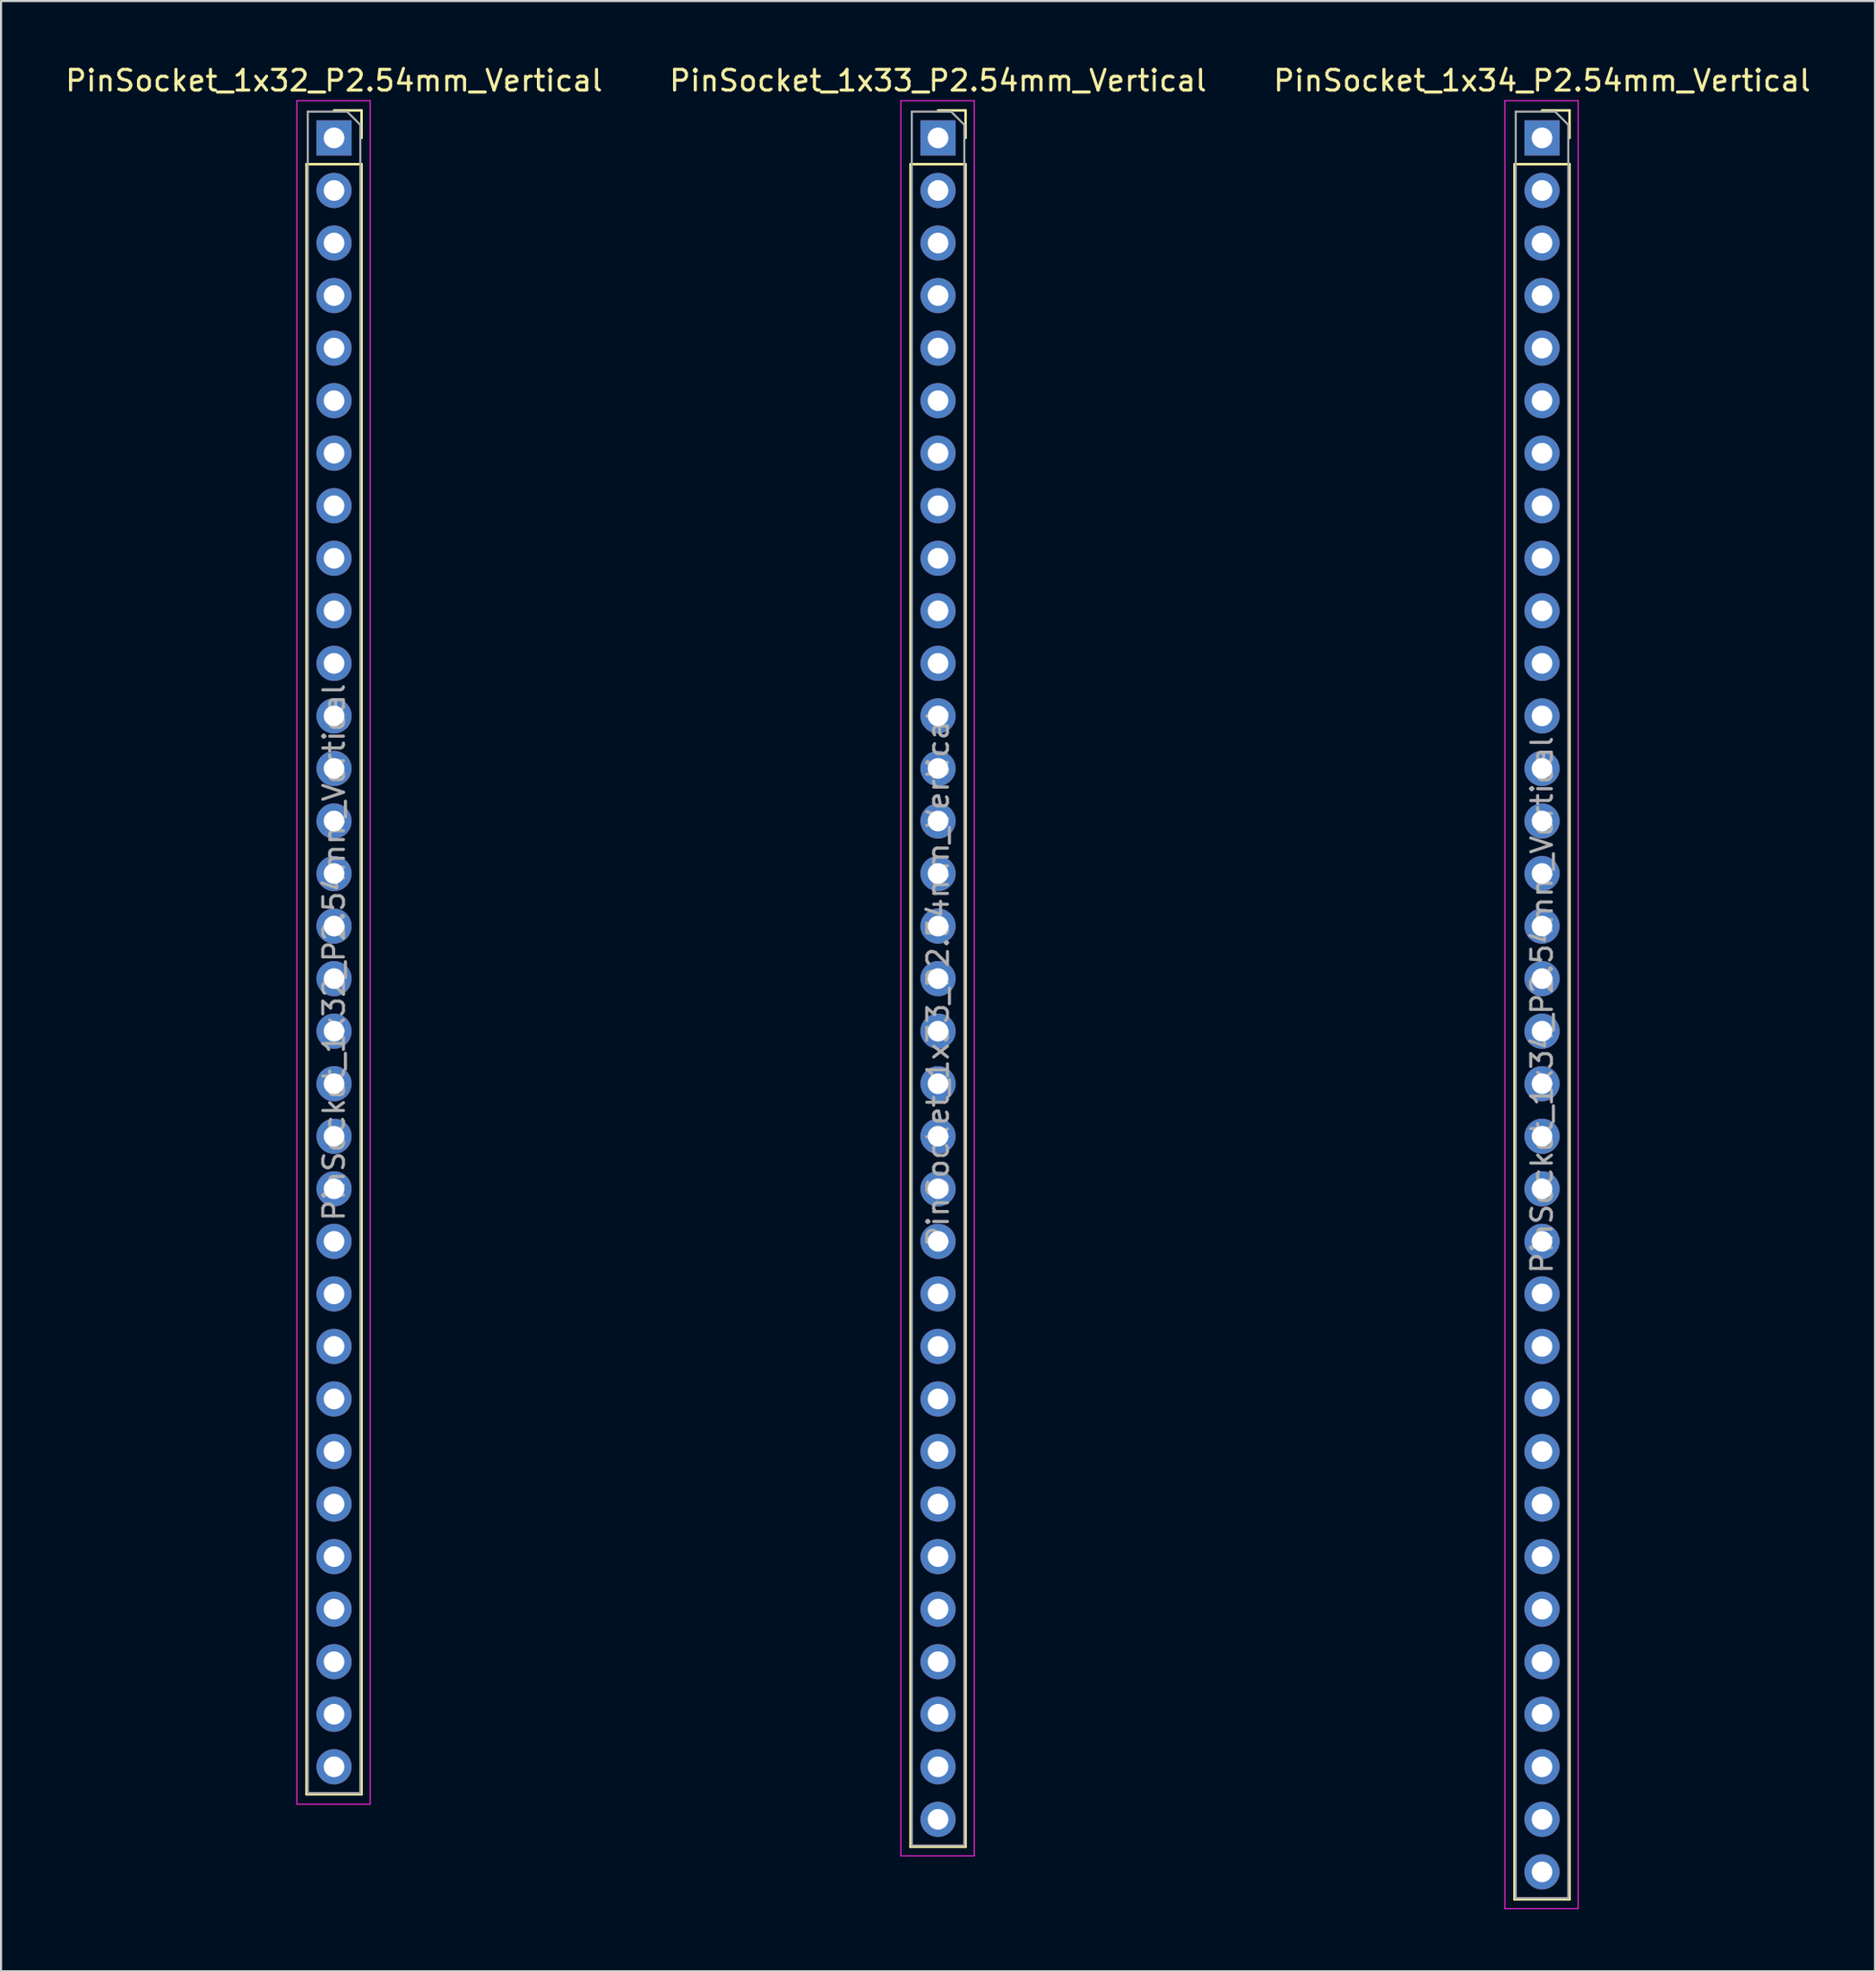
<source format=kicad_pcb>
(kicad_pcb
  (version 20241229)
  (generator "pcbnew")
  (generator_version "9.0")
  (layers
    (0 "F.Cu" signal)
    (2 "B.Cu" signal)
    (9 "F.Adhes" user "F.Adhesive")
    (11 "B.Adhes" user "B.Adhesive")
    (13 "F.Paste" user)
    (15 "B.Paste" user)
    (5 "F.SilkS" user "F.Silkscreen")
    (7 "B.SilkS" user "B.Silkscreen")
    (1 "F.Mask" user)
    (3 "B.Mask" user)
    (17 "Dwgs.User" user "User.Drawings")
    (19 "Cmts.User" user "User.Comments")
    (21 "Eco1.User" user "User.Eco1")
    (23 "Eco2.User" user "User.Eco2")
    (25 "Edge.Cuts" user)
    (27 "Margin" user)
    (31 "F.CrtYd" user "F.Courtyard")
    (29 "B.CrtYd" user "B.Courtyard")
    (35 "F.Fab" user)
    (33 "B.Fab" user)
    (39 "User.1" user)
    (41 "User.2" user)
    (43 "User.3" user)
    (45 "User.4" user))
  (footprint "PinSocket_1x34_P2.54mm_Vertical"
    (layer "F.Cu")
    (at 71.506 3.618)
    (property "Reference" "PinSocket_1x34_P2.54mm_Vertical" (at 0 -2.77 0) (layer "F.SilkS") (effects (font (size 1 1) (thickness 0.15))))
    (attr through_hole)
    (fp_line (start -1.33 1.27) (end -1.33 85.15) (stroke (width 0.12) (type solid)) (layer "F.SilkS"))
    (fp_line (start -1.33 1.27) (end 1.33 1.27) (stroke (width 0.12) (type solid)) (layer "F.SilkS"))
    (fp_line (start -1.33 85.15) (end 1.33 85.15) (stroke (width 0.12) (type solid)) (layer "F.SilkS"))
    (fp_line (start 0 -1.33) (end 1.33 -1.33) (stroke (width 0.12) (type solid)) (layer "F.SilkS"))
    (fp_line (start 1.33 -1.33) (end 1.33 0) (stroke (width 0.12) (type solid)) (layer "F.SilkS"))
    (fp_line (start 1.33 1.27) (end 1.33 85.15) (stroke (width 0.12) (type solid)) (layer "F.SilkS"))
    (fp_line (start -1.8 -1.8) (end 1.75 -1.8) (stroke (width 0.05) (type solid)) (layer "F.CrtYd"))
    (fp_line (start -1.8 85.6) (end -1.8 -1.8) (stroke (width 0.05) (type solid)) (layer "F.CrtYd"))
    (fp_line (start 1.75 -1.8) (end 1.75 85.6) (stroke (width 0.05) (type solid)) (layer "F.CrtYd"))
    (fp_line (start 1.75 85.6) (end -1.8 85.6) (stroke (width 0.05) (type solid)) (layer "F.CrtYd"))
    (fp_line (start -1.27 -1.27) (end 0.635 -1.27) (stroke (width 0.1) (type solid)) (layer "F.Fab"))
    (fp_line (start -1.27 85.09) (end -1.27 -1.27) (stroke (width 0.1) (type solid)) (layer "F.Fab"))
    (fp_line (start 0.635 -1.27) (end 1.27 -0.635) (stroke (width 0.1) (type solid)) (layer "F.Fab"))
    (fp_line (start 1.27 -0.635) (end 1.27 85.09) (stroke (width 0.1) (type solid)) (layer "F.Fab"))
    (fp_line (start 1.27 85.09) (end -1.27 85.09) (stroke (width 0.1) (type solid)) (layer "F.Fab"))
    (fp_text user "${REFERENCE}" (at 0 41.91 90) (layer "F.Fab") (effects (font (size 1 1) (thickness 0.15))))
    (pad "1" thru_hole rect (at 0 0) (size 1.7 1.7) (drill 1) (layers "*.Cu" "*.Mask"))
    (pad "2" thru_hole oval (at 0 2.54) (size 1.7 1.7) (drill 1) (layers "*.Cu" "*.Mask"))
    (pad "3" thru_hole oval (at 0 5.08) (size 1.7 1.7) (drill 1) (layers "*.Cu" "*.Mask"))
    (pad "4" thru_hole oval (at 0 7.62) (size 1.7 1.7) (drill 1) (layers "*.Cu" "*.Mask"))
    (pad "5" thru_hole oval (at 0 10.16) (size 1.7 1.7) (drill 1) (layers "*.Cu" "*.Mask"))
    (pad "6" thru_hole oval (at 0 12.7) (size 1.7 1.7) (drill 1) (layers "*.Cu" "*.Mask"))
    (pad "7" thru_hole oval (at 0 15.24) (size 1.7 1.7) (drill 1) (layers "*.Cu" "*.Mask"))
    (pad "8" thru_hole oval (at 0 17.78) (size 1.7 1.7) (drill 1) (layers "*.Cu" "*.Mask"))
    (pad "9" thru_hole oval (at 0 20.32) (size 1.7 1.7) (drill 1) (layers "*.Cu" "*.Mask"))
    (pad "10" thru_hole oval (at 0 22.86) (size 1.7 1.7) (drill 1) (layers "*.Cu" "*.Mask"))
    (pad "11" thru_hole oval (at 0 25.4) (size 1.7 1.7) (drill 1) (layers "*.Cu" "*.Mask"))
    (pad "12" thru_hole oval (at 0 27.94) (size 1.7 1.7) (drill 1) (layers "*.Cu" "*.Mask"))
    (pad "13" thru_hole oval (at 0 30.48) (size 1.7 1.7) (drill 1) (layers "*.Cu" "*.Mask"))
    (pad "14" thru_hole oval (at 0 33.02) (size 1.7 1.7) (drill 1) (layers "*.Cu" "*.Mask"))
    (pad "15" thru_hole oval (at 0 35.56) (size 1.7 1.7) (drill 1) (layers "*.Cu" "*.Mask"))
    (pad "16" thru_hole oval (at 0 38.1) (size 1.7 1.7) (drill 1) (layers "*.Cu" "*.Mask"))
    (pad "17" thru_hole oval (at 0 40.64) (size 1.7 1.7) (drill 1) (layers "*.Cu" "*.Mask"))
    (pad "18" thru_hole oval (at 0 43.18) (size 1.7 1.7) (drill 1) (layers "*.Cu" "*.Mask"))
    (pad "19" thru_hole oval (at 0 45.72) (size 1.7 1.7) (drill 1) (layers "*.Cu" "*.Mask"))
    (pad "20" thru_hole oval (at 0 48.26) (size 1.7 1.7) (drill 1) (layers "*.Cu" "*.Mask"))
    (pad "21" thru_hole oval (at 0 50.8) (size 1.7 1.7) (drill 1) (layers "*.Cu" "*.Mask"))
    (pad "22" thru_hole oval (at 0 53.34) (size 1.7 1.7) (drill 1) (layers "*.Cu" "*.Mask"))
    (pad "23" thru_hole oval (at 0 55.88) (size 1.7 1.7) (drill 1) (layers "*.Cu" "*.Mask"))
    (pad "24" thru_hole oval (at 0 58.42) (size 1.7 1.7) (drill 1) (layers "*.Cu" "*.Mask"))
    (pad "25" thru_hole oval (at 0 60.96) (size 1.7 1.7) (drill 1) (layers "*.Cu" "*.Mask"))
    (pad "26" thru_hole oval (at 0 63.5) (size 1.7 1.7) (drill 1) (layers "*.Cu" "*.Mask"))
    (pad "27" thru_hole oval (at 0 66.04) (size 1.7 1.7) (drill 1) (layers "*.Cu" "*.Mask"))
    (pad "28" thru_hole oval (at 0 68.58) (size 1.7 1.7) (drill 1) (layers "*.Cu" "*.Mask"))
    (pad "29" thru_hole oval (at 0 71.12) (size 1.7 1.7) (drill 1) (layers "*.Cu" "*.Mask"))
    (pad "30" thru_hole oval (at 0 73.66) (size 1.7 1.7) (drill 1) (layers "*.Cu" "*.Mask"))
    (pad "31" thru_hole oval (at 0 76.2) (size 1.7 1.7) (drill 1) (layers "*.Cu" "*.Mask"))
    (pad "32" thru_hole oval (at 0 78.74) (size 1.7 1.7) (drill 1) (layers "*.Cu" "*.Mask"))
    (pad "33" thru_hole oval (at 0 81.28) (size 1.7 1.7) (drill 1) (layers "*.Cu" "*.Mask"))
    (pad "34" thru_hole oval (at 0 83.82) (size 1.7 1.7) (drill 1) (layers "*.Cu" "*.Mask")))
  (footprint "PinSocket_1x33_P2.54mm_Vertical"
    (layer "F.Cu")
    (at 42.304 3.618)
    (property "Reference" "PinSocket_1x33_P2.54mm_Vertical" (at 0 -2.77 0) (layer "F.SilkS") (effects (font (size 1 1) (thickness 0.15))))
    (attr through_hole)
    (fp_line (start -1.33 1.27) (end -1.33 82.61) (stroke (width 0.12) (type solid)) (layer "F.SilkS"))
    (fp_line (start -1.33 1.27) (end 1.33 1.27) (stroke (width 0.12) (type solid)) (layer "F.SilkS"))
    (fp_line (start -1.33 82.61) (end 1.33 82.61) (stroke (width 0.12) (type solid)) (layer "F.SilkS"))
    (fp_line (start 0 -1.33) (end 1.33 -1.33) (stroke (width 0.12) (type solid)) (layer "F.SilkS"))
    (fp_line (start 1.33 -1.33) (end 1.33 0) (stroke (width 0.12) (type solid)) (layer "F.SilkS"))
    (fp_line (start 1.33 1.27) (end 1.33 82.61) (stroke (width 0.12) (type solid)) (layer "F.SilkS"))
    (fp_line (start -1.8 -1.8) (end 1.75 -1.8) (stroke (width 0.05) (type solid)) (layer "F.CrtYd"))
    (fp_line (start -1.8 83.05) (end -1.8 -1.8) (stroke (width 0.05) (type solid)) (layer "F.CrtYd"))
    (fp_line (start 1.75 -1.8) (end 1.75 83.05) (stroke (width 0.05) (type solid)) (layer "F.CrtYd"))
    (fp_line (start 1.75 83.05) (end -1.8 83.05) (stroke (width 0.05) (type solid)) (layer "F.CrtYd"))
    (fp_line (start -1.27 -1.27) (end 0.635 -1.27) (stroke (width 0.1) (type solid)) (layer "F.Fab"))
    (fp_line (start -1.27 82.55) (end -1.27 -1.27) (stroke (width 0.1) (type solid)) (layer "F.Fab"))
    (fp_line (start 0.635 -1.27) (end 1.27 -0.635) (stroke (width 0.1) (type solid)) (layer "F.Fab"))
    (fp_line (start 1.27 -0.635) (end 1.27 82.55) (stroke (width 0.1) (type solid)) (layer "F.Fab"))
    (fp_line (start 1.27 82.55) (end -1.27 82.55) (stroke (width 0.1) (type solid)) (layer "F.Fab"))
    (fp_text user "${REFERENCE}" (at 0 40.64 90) (layer "F.Fab") (effects (font (size 1 1) (thickness 0.15))))
    (pad "1" thru_hole rect (at 0 0) (size 1.7 1.7) (drill 1) (layers "*.Cu" "*.Mask"))
    (pad "2" thru_hole oval (at 0 2.54) (size 1.7 1.7) (drill 1) (layers "*.Cu" "*.Mask"))
    (pad "3" thru_hole oval (at 0 5.08) (size 1.7 1.7) (drill 1) (layers "*.Cu" "*.Mask"))
    (pad "4" thru_hole oval (at 0 7.62) (size 1.7 1.7) (drill 1) (layers "*.Cu" "*.Mask"))
    (pad "5" thru_hole oval (at 0 10.16) (size 1.7 1.7) (drill 1) (layers "*.Cu" "*.Mask"))
    (pad "6" thru_hole oval (at 0 12.7) (size 1.7 1.7) (drill 1) (layers "*.Cu" "*.Mask"))
    (pad "7" thru_hole oval (at 0 15.24) (size 1.7 1.7) (drill 1) (layers "*.Cu" "*.Mask"))
    (pad "8" thru_hole oval (at 0 17.78) (size 1.7 1.7) (drill 1) (layers "*.Cu" "*.Mask"))
    (pad "9" thru_hole oval (at 0 20.32) (size 1.7 1.7) (drill 1) (layers "*.Cu" "*.Mask"))
    (pad "10" thru_hole oval (at 0 22.86) (size 1.7 1.7) (drill 1) (layers "*.Cu" "*.Mask"))
    (pad "11" thru_hole oval (at 0 25.4) (size 1.7 1.7) (drill 1) (layers "*.Cu" "*.Mask"))
    (pad "12" thru_hole oval (at 0 27.94) (size 1.7 1.7) (drill 1) (layers "*.Cu" "*.Mask"))
    (pad "13" thru_hole oval (at 0 30.48) (size 1.7 1.7) (drill 1) (layers "*.Cu" "*.Mask"))
    (pad "14" thru_hole oval (at 0 33.02) (size 1.7 1.7) (drill 1) (layers "*.Cu" "*.Mask"))
    (pad "15" thru_hole oval (at 0 35.56) (size 1.7 1.7) (drill 1) (layers "*.Cu" "*.Mask"))
    (pad "16" thru_hole oval (at 0 38.1) (size 1.7 1.7) (drill 1) (layers "*.Cu" "*.Mask"))
    (pad "17" thru_hole oval (at 0 40.64) (size 1.7 1.7) (drill 1) (layers "*.Cu" "*.Mask"))
    (pad "18" thru_hole oval (at 0 43.18) (size 1.7 1.7) (drill 1) (layers "*.Cu" "*.Mask"))
    (pad "19" thru_hole oval (at 0 45.72) (size 1.7 1.7) (drill 1) (layers "*.Cu" "*.Mask"))
    (pad "20" thru_hole oval (at 0 48.26) (size 1.7 1.7) (drill 1) (layers "*.Cu" "*.Mask"))
    (pad "21" thru_hole oval (at 0 50.8) (size 1.7 1.7) (drill 1) (layers "*.Cu" "*.Mask"))
    (pad "22" thru_hole oval (at 0 53.34) (size 1.7 1.7) (drill 1) (layers "*.Cu" "*.Mask"))
    (pad "23" thru_hole oval (at 0 55.88) (size 1.7 1.7) (drill 1) (layers "*.Cu" "*.Mask"))
    (pad "24" thru_hole oval (at 0 58.42) (size 1.7 1.7) (drill 1) (layers "*.Cu" "*.Mask"))
    (pad "25" thru_hole oval (at 0 60.96) (size 1.7 1.7) (drill 1) (layers "*.Cu" "*.Mask"))
    (pad "26" thru_hole oval (at 0 63.5) (size 1.7 1.7) (drill 1) (layers "*.Cu" "*.Mask"))
    (pad "27" thru_hole oval (at 0 66.04) (size 1.7 1.7) (drill 1) (layers "*.Cu" "*.Mask"))
    (pad "28" thru_hole oval (at 0 68.58) (size 1.7 1.7) (drill 1) (layers "*.Cu" "*.Mask"))
    (pad "29" thru_hole oval (at 0 71.12) (size 1.7 1.7) (drill 1) (layers "*.Cu" "*.Mask"))
    (pad "30" thru_hole oval (at 0 73.66) (size 1.7 1.7) (drill 1) (layers "*.Cu" "*.Mask"))
    (pad "31" thru_hole oval (at 0 76.2) (size 1.7 1.7) (drill 1) (layers "*.Cu" "*.Mask"))
    (pad "32" thru_hole oval (at 0 78.74) (size 1.7 1.7) (drill 1) (layers "*.Cu" "*.Mask"))
    (pad "33" thru_hole oval (at 0 81.28) (size 1.7 1.7) (drill 1) (layers "*.Cu" "*.Mask")))
  (footprint "PinSocket_1x32_P2.54mm_Vertical"
    (layer "F.Cu")
    (at 13.101 3.618)
    (property "Reference" "PinSocket_1x32_P2.54mm_Vertical" (at 0 -2.77 0) (layer "F.SilkS") (effects (font (size 1 1) (thickness 0.15))))
    (attr through_hole)
    (fp_line (start -1.33 1.27) (end -1.33 80.07) (stroke (width 0.12) (type solid)) (layer "F.SilkS"))
    (fp_line (start -1.33 1.27) (end 1.33 1.27) (stroke (width 0.12) (type solid)) (layer "F.SilkS"))
    (fp_line (start -1.33 80.07) (end 1.33 80.07) (stroke (width 0.12) (type solid)) (layer "F.SilkS"))
    (fp_line (start 0 -1.33) (end 1.33 -1.33) (stroke (width 0.12) (type solid)) (layer "F.SilkS"))
    (fp_line (start 1.33 -1.33) (end 1.33 0) (stroke (width 0.12) (type solid)) (layer "F.SilkS"))
    (fp_line (start 1.33 1.27) (end 1.33 80.07) (stroke (width 0.12) (type solid)) (layer "F.SilkS"))
    (fp_line (start -1.8 -1.8) (end 1.75 -1.8) (stroke (width 0.05) (type solid)) (layer "F.CrtYd"))
    (fp_line (start -1.8 80.55) (end -1.8 -1.8) (stroke (width 0.05) (type solid)) (layer "F.CrtYd"))
    (fp_line (start 1.75 -1.8) (end 1.75 80.55) (stroke (width 0.05) (type solid)) (layer "F.CrtYd"))
    (fp_line (start 1.75 80.55) (end -1.8 80.55) (stroke (width 0.05) (type solid)) (layer "F.CrtYd"))
    (fp_line (start -1.27 -1.27) (end 0.635 -1.27) (stroke (width 0.1) (type solid)) (layer "F.Fab"))
    (fp_line (start -1.27 80.01) (end -1.27 -1.27) (stroke (width 0.1) (type solid)) (layer "F.Fab"))
    (fp_line (start 0.635 -1.27) (end 1.27 -0.635) (stroke (width 0.1) (type solid)) (layer "F.Fab"))
    (fp_line (start 1.27 -0.635) (end 1.27 80.01) (stroke (width 0.1) (type solid)) (layer "F.Fab"))
    (fp_line (start 1.27 80.01) (end -1.27 80.01) (stroke (width 0.1) (type solid)) (layer "F.Fab"))
    (fp_text user "${REFERENCE}" (at 0 39.37 90) (layer "F.Fab") (effects (font (size 1 1) (thickness 0.15))))
    (pad "1" thru_hole rect (at 0 0) (size 1.7 1.7) (drill 1) (layers "*.Cu" "*.Mask"))
    (pad "2" thru_hole oval (at 0 2.54) (size 1.7 1.7) (drill 1) (layers "*.Cu" "*.Mask"))
    (pad "3" thru_hole oval (at 0 5.08) (size 1.7 1.7) (drill 1) (layers "*.Cu" "*.Mask"))
    (pad "4" thru_hole oval (at 0 7.62) (size 1.7 1.7) (drill 1) (layers "*.Cu" "*.Mask"))
    (pad "5" thru_hole oval (at 0 10.16) (size 1.7 1.7) (drill 1) (layers "*.Cu" "*.Mask"))
    (pad "6" thru_hole oval (at 0 12.7) (size 1.7 1.7) (drill 1) (layers "*.Cu" "*.Mask"))
    (pad "7" thru_hole oval (at 0 15.24) (size 1.7 1.7) (drill 1) (layers "*.Cu" "*.Mask"))
    (pad "8" thru_hole oval (at 0 17.78) (size 1.7 1.7) (drill 1) (layers "*.Cu" "*.Mask"))
    (pad "9" thru_hole oval (at 0 20.32) (size 1.7 1.7) (drill 1) (layers "*.Cu" "*.Mask"))
    (pad "10" thru_hole oval (at 0 22.86) (size 1.7 1.7) (drill 1) (layers "*.Cu" "*.Mask"))
    (pad "11" thru_hole oval (at 0 25.4) (size 1.7 1.7) (drill 1) (layers "*.Cu" "*.Mask"))
    (pad "12" thru_hole oval (at 0 27.94) (size 1.7 1.7) (drill 1) (layers "*.Cu" "*.Mask"))
    (pad "13" thru_hole oval (at 0 30.48) (size 1.7 1.7) (drill 1) (layers "*.Cu" "*.Mask"))
    (pad "14" thru_hole oval (at 0 33.02) (size 1.7 1.7) (drill 1) (layers "*.Cu" "*.Mask"))
    (pad "15" thru_hole oval (at 0 35.56) (size 1.7 1.7) (drill 1) (layers "*.Cu" "*.Mask"))
    (pad "16" thru_hole oval (at 0 38.1) (size 1.7 1.7) (drill 1) (layers "*.Cu" "*.Mask"))
    (pad "17" thru_hole oval (at 0 40.64) (size 1.7 1.7) (drill 1) (layers "*.Cu" "*.Mask"))
    (pad "18" thru_hole oval (at 0 43.18) (size 1.7 1.7) (drill 1) (layers "*.Cu" "*.Mask"))
    (pad "19" thru_hole oval (at 0 45.72) (size 1.7 1.7) (drill 1) (layers "*.Cu" "*.Mask"))
    (pad "20" thru_hole oval (at 0 48.26) (size 1.7 1.7) (drill 1) (layers "*.Cu" "*.Mask"))
    (pad "21" thru_hole oval (at 0 50.8) (size 1.7 1.7) (drill 1) (layers "*.Cu" "*.Mask"))
    (pad "22" thru_hole oval (at 0 53.34) (size 1.7 1.7) (drill 1) (layers "*.Cu" "*.Mask"))
    (pad "23" thru_hole oval (at 0 55.88) (size 1.7 1.7) (drill 1) (layers "*.Cu" "*.Mask"))
    (pad "24" thru_hole oval (at 0 58.42) (size 1.7 1.7) (drill 1) (layers "*.Cu" "*.Mask"))
    (pad "25" thru_hole oval (at 0 60.96) (size 1.7 1.7) (drill 1) (layers "*.Cu" "*.Mask"))
    (pad "26" thru_hole oval (at 0 63.5) (size 1.7 1.7) (drill 1) (layers "*.Cu" "*.Mask"))
    (pad "27" thru_hole oval (at 0 66.04) (size 1.7 1.7) (drill 1) (layers "*.Cu" "*.Mask"))
    (pad "28" thru_hole oval (at 0 68.58) (size 1.7 1.7) (drill 1) (layers "*.Cu" "*.Mask"))
    (pad "29" thru_hole oval (at 0 71.12) (size 1.7 1.7) (drill 1) (layers "*.Cu" "*.Mask"))
    (pad "30" thru_hole oval (at 0 73.66) (size 1.7 1.7) (drill 1) (layers "*.Cu" "*.Mask"))
    (pad "31" thru_hole oval (at 0 76.2) (size 1.7 1.7) (drill 1) (layers "*.Cu" "*.Mask"))
    (pad "32" thru_hole oval (at 0 78.74) (size 1.7 1.7) (drill 1) (layers "*.Cu" "*.Mask")))
  (gr_rect
    (start -3 -3)
    (end 87.607 92.243)
    (stroke (width 0.1) (type default))
    (fill no)
    (layer "Edge.Cuts")))
</source>
